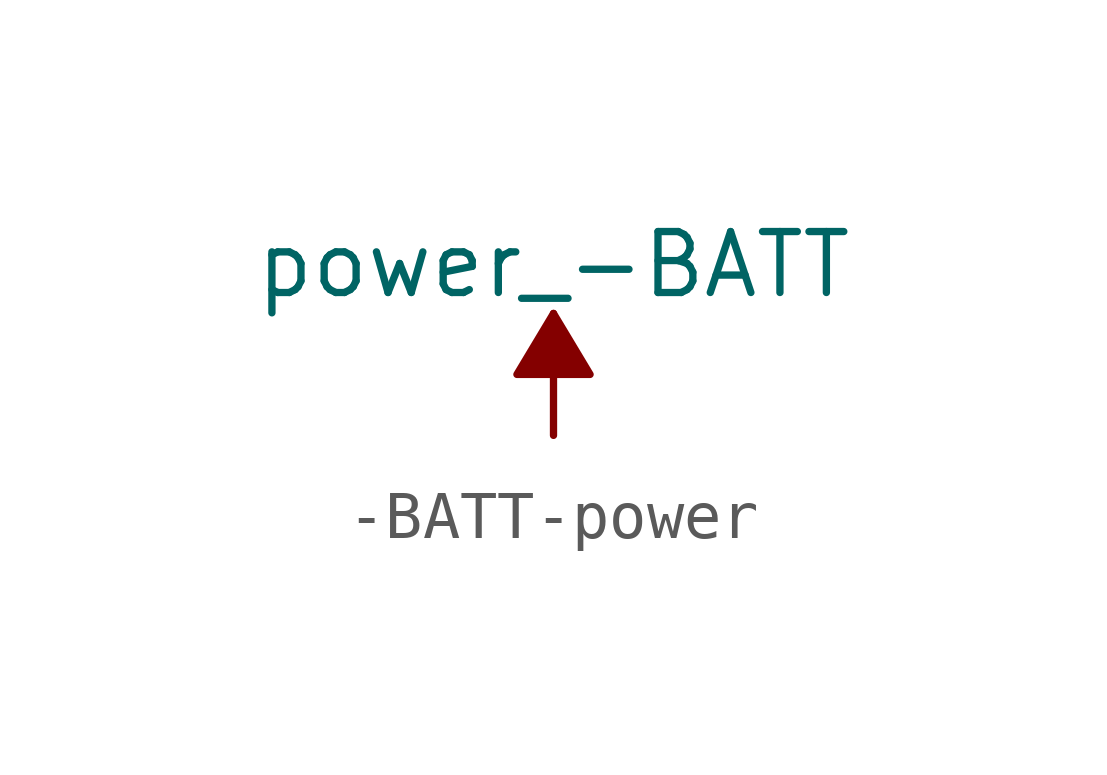
<source format=kicad_sym>
(kicad_symbol_lib
  (version 20231120)
  (generator "kicad_symbol_editor")
  (generator_version "8.0")
  (symbol "-BATT-power"
    (power)
    (pin_names
      (offset 0))
    (property "Reference" "#PWR"
      (at 0 -3.81 0)
      (effects (font (size 1.27 1.27)) (hide yes)))
    (property "Value" "power_-BATT"
      (at 0 3.556 0)
      (effects (font (size 1.27 1.27))))
    (symbol "-BATT-power_0_1"
      (polyline (pts (xy 0 0) (xy 0 2.54)) (stroke (width 0) (type solid)) (fill (type none)))
      (polyline (pts (xy 0.762 1.27) (xy -0.762 1.27) (xy 0 2.54) (xy 0.762 1.27)) (stroke (width 0) (type solid)) (fill (type outline))))
    (symbol "-BATT-power_1_1"
      (pin power_in line (at 0 0 90) (length 0) hide (name "-BATT" (effects (font (size 1.27 1.27)))) (number "1" (effects (font (size 1.27 1.27))))))))
</source>
